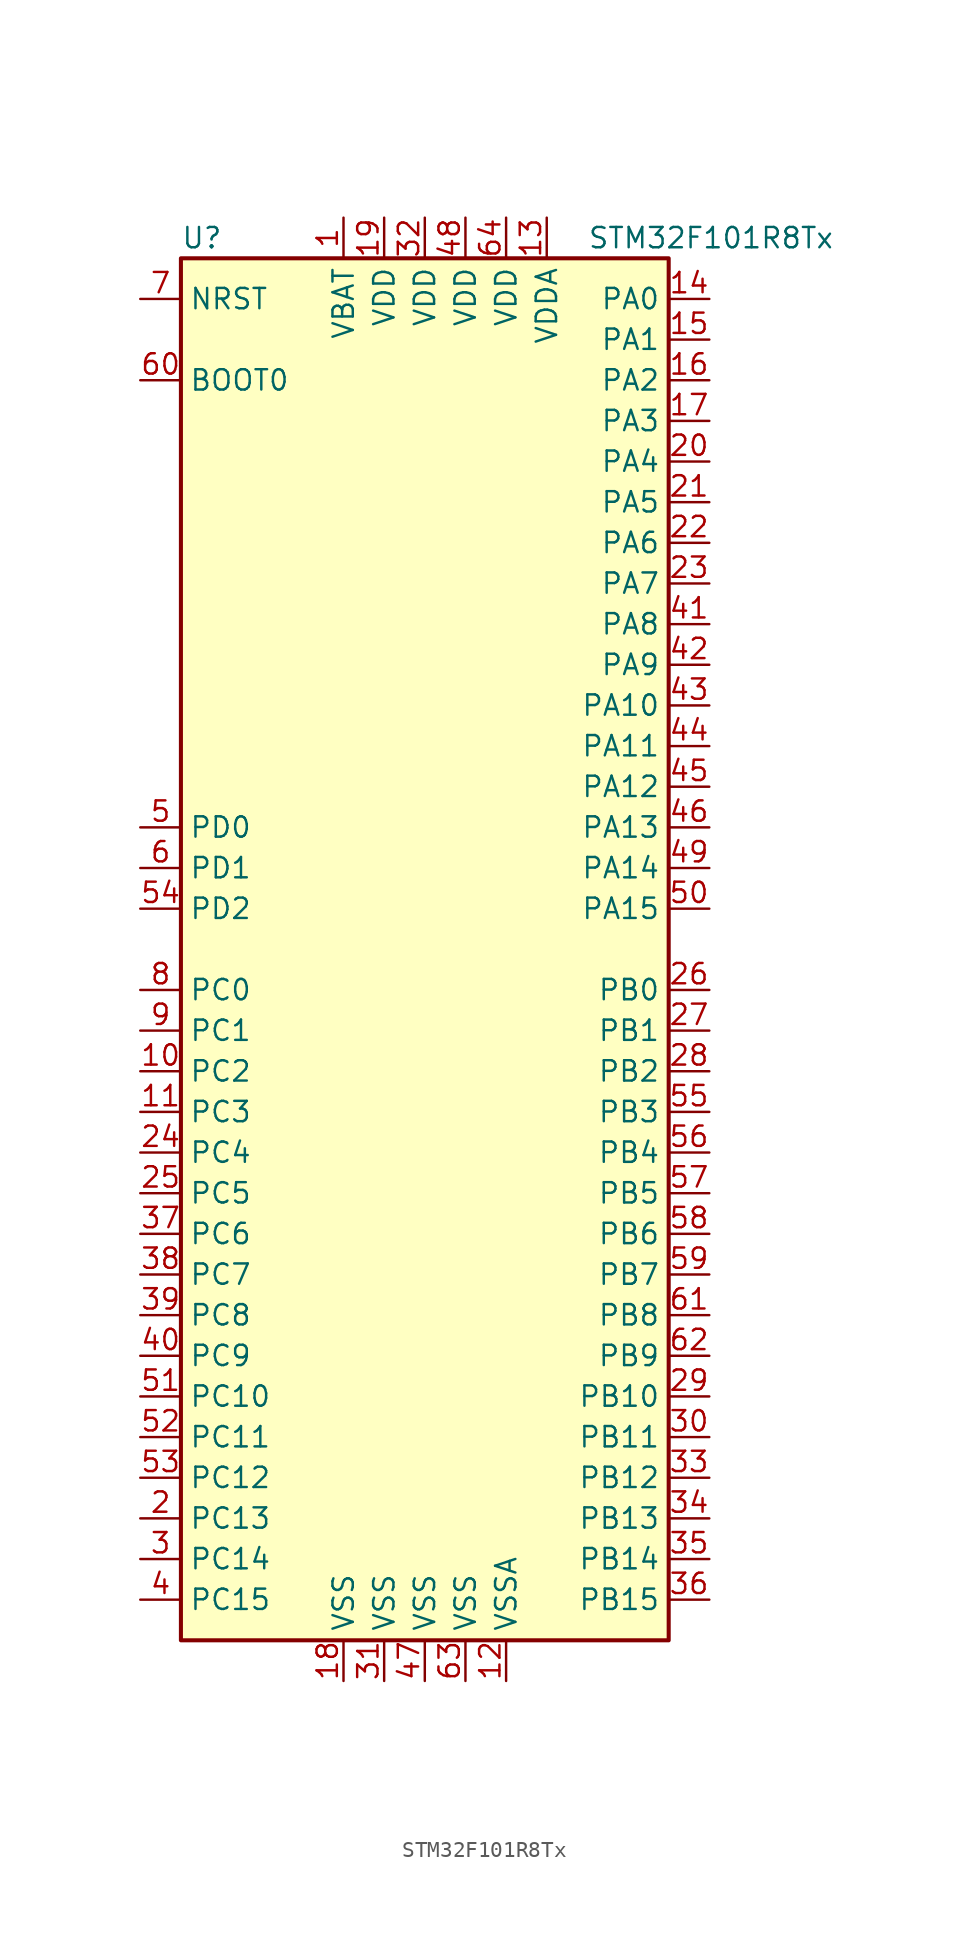
<source format=kicad_sym>
(kicad_symbol_lib
  (version 20201005)
  (generator kicad_symbol_editor)
  (symbol "MCU_ST_STM32F1:STM32F101R8Tx"
    (property "Reference" "U"
      (at -15.24 44.45 0)
      (effects (font (size 1.27 1.27)) (justify left)))
    (property "Value" "STM32F101R8Tx"
      (at 10.16 44.45 0)
      (effects (font (size 1.27 1.27)) (justify left)))
    (symbol "STM32F101R8Tx_0_1"
      (rectangle (start -15.24 -43.18) (end 15.24 43.18) (stroke (width 0.254)) (fill (type background))))
    (symbol "STM32F101R8Tx_1_1"
      (pin input line (at -17.78 35.56 0) (length 2.54) (name "BOOT0" (effects (font (size 1.27 1.27)))) (number "60" (effects (font (size 1.27 1.27)))))
      (pin input line (at -17.78 40.64 0) (length 2.54) (name "NRST" (effects (font (size 1.27 1.27)))) (number "7" (effects (font (size 1.27 1.27)))))
      (pin bidirectional line (at 17.78 40.64 180) (length 2.54) (name "PA0" (effects (font (size 1.27 1.27)))) (number "14" (effects (font (size 1.27 1.27)))))
      (pin bidirectional line (at 17.78 38.1 180) (length 2.54) (name "PA1" (effects (font (size 1.27 1.27)))) (number "15" (effects (font (size 1.27 1.27)))))
      (pin bidirectional line (at 17.78 15.24 180) (length 2.54) (name "PA10" (effects (font (size 1.27 1.27)))) (number "43" (effects (font (size 1.27 1.27)))))
      (pin bidirectional line (at 17.78 12.7 180) (length 2.54) (name "PA11" (effects (font (size 1.27 1.27)))) (number "44" (effects (font (size 1.27 1.27)))))
      (pin bidirectional line (at 17.78 10.16 180) (length 2.54) (name "PA12" (effects (font (size 1.27 1.27)))) (number "45" (effects (font (size 1.27 1.27)))))
      (pin bidirectional line (at 17.78 7.62 180) (length 2.54) (name "PA13" (effects (font (size 1.27 1.27)))) (number "46" (effects (font (size 1.27 1.27)))))
      (pin bidirectional line (at 17.78 5.08 180) (length 2.54) (name "PA14" (effects (font (size 1.27 1.27)))) (number "49" (effects (font (size 1.27 1.27)))))
      (pin bidirectional line (at 17.78 2.54 180) (length 2.54) (name "PA15" (effects (font (size 1.27 1.27)))) (number "50" (effects (font (size 1.27 1.27)))))
      (pin bidirectional line (at 17.78 35.56 180) (length 2.54) (name "PA2" (effects (font (size 1.27 1.27)))) (number "16" (effects (font (size 1.27 1.27)))))
      (pin bidirectional line (at 17.78 33.02 180) (length 2.54) (name "PA3" (effects (font (size 1.27 1.27)))) (number "17" (effects (font (size 1.27 1.27)))))
      (pin bidirectional line (at 17.78 30.48 180) (length 2.54) (name "PA4" (effects (font (size 1.27 1.27)))) (number "20" (effects (font (size 1.27 1.27)))))
      (pin bidirectional line (at 17.78 27.94 180) (length 2.54) (name "PA5" (effects (font (size 1.27 1.27)))) (number "21" (effects (font (size 1.27 1.27)))))
      (pin bidirectional line (at 17.78 25.4 180) (length 2.54) (name "PA6" (effects (font (size 1.27 1.27)))) (number "22" (effects (font (size 1.27 1.27)))))
      (pin bidirectional line (at 17.78 22.86 180) (length 2.54) (name "PA7" (effects (font (size 1.27 1.27)))) (number "23" (effects (font (size 1.27 1.27)))))
      (pin bidirectional line (at 17.78 20.32 180) (length 2.54) (name "PA8" (effects (font (size 1.27 1.27)))) (number "41" (effects (font (size 1.27 1.27)))))
      (pin bidirectional line (at 17.78 17.78 180) (length 2.54) (name "PA9" (effects (font (size 1.27 1.27)))) (number "42" (effects (font (size 1.27 1.27)))))
      (pin bidirectional line (at 17.78 -2.54 180) (length 2.54) (name "PB0" (effects (font (size 1.27 1.27)))) (number "26" (effects (font (size 1.27 1.27)))))
      (pin bidirectional line (at 17.78 -5.08 180) (length 2.54) (name "PB1" (effects (font (size 1.27 1.27)))) (number "27" (effects (font (size 1.27 1.27)))))
      (pin bidirectional line (at 17.78 -27.94 180) (length 2.54) (name "PB10" (effects (font (size 1.27 1.27)))) (number "29" (effects (font (size 1.27 1.27)))))
      (pin bidirectional line (at 17.78 -30.48 180) (length 2.54) (name "PB11" (effects (font (size 1.27 1.27)))) (number "30" (effects (font (size 1.27 1.27)))))
      (pin bidirectional line (at 17.78 -33.02 180) (length 2.54) (name "PB12" (effects (font (size 1.27 1.27)))) (number "33" (effects (font (size 1.27 1.27)))))
      (pin bidirectional line (at 17.78 -35.56 180) (length 2.54) (name "PB13" (effects (font (size 1.27 1.27)))) (number "34" (effects (font (size 1.27 1.27)))))
      (pin bidirectional line (at 17.78 -38.1 180) (length 2.54) (name "PB14" (effects (font (size 1.27 1.27)))) (number "35" (effects (font (size 1.27 1.27)))))
      (pin bidirectional line (at 17.78 -40.64 180) (length 2.54) (name "PB15" (effects (font (size 1.27 1.27)))) (number "36" (effects (font (size 1.27 1.27)))))
      (pin bidirectional line (at 17.78 -7.62 180) (length 2.54) (name "PB2" (effects (font (size 1.27 1.27)))) (number "28" (effects (font (size 1.27 1.27)))))
      (pin bidirectional line (at 17.78 -10.16 180) (length 2.54) (name "PB3" (effects (font (size 1.27 1.27)))) (number "55" (effects (font (size 1.27 1.27)))))
      (pin bidirectional line (at 17.78 -12.7 180) (length 2.54) (name "PB4" (effects (font (size 1.27 1.27)))) (number "56" (effects (font (size 1.27 1.27)))))
      (pin bidirectional line (at 17.78 -15.24 180) (length 2.54) (name "PB5" (effects (font (size 1.27 1.27)))) (number "57" (effects (font (size 1.27 1.27)))))
      (pin bidirectional line (at 17.78 -17.78 180) (length 2.54) (name "PB6" (effects (font (size 1.27 1.27)))) (number "58" (effects (font (size 1.27 1.27)))))
      (pin bidirectional line (at 17.78 -20.32 180) (length 2.54) (name "PB7" (effects (font (size 1.27 1.27)))) (number "59" (effects (font (size 1.27 1.27)))))
      (pin bidirectional line (at 17.78 -22.86 180) (length 2.54) (name "PB8" (effects (font (size 1.27 1.27)))) (number "61" (effects (font (size 1.27 1.27)))))
      (pin bidirectional line (at 17.78 -25.4 180) (length 2.54) (name "PB9" (effects (font (size 1.27 1.27)))) (number "62" (effects (font (size 1.27 1.27)))))
      (pin bidirectional line (at -17.78 -2.54 0) (length 2.54) (name "PC0" (effects (font (size 1.27 1.27)))) (number "8" (effects (font (size 1.27 1.27)))))
      (pin bidirectional line (at -17.78 -5.08 0) (length 2.54) (name "PC1" (effects (font (size 1.27 1.27)))) (number "9" (effects (font (size 1.27 1.27)))))
      (pin bidirectional line (at -17.78 -27.94 0) (length 2.54) (name "PC10" (effects (font (size 1.27 1.27)))) (number "51" (effects (font (size 1.27 1.27)))))
      (pin bidirectional line (at -17.78 -30.48 0) (length 2.54) (name "PC11" (effects (font (size 1.27 1.27)))) (number "52" (effects (font (size 1.27 1.27)))))
      (pin bidirectional line (at -17.78 -33.02 0) (length 2.54) (name "PC12" (effects (font (size 1.27 1.27)))) (number "53" (effects (font (size 1.27 1.27)))))
      (pin bidirectional line (at -17.78 -35.56 0) (length 2.54) (name "PC13" (effects (font (size 1.27 1.27)))) (number "2" (effects (font (size 1.27 1.27)))))
      (pin bidirectional line (at -17.78 -38.1 0) (length 2.54) (name "PC14" (effects (font (size 1.27 1.27)))) (number "3" (effects (font (size 1.27 1.27)))))
      (pin bidirectional line (at -17.78 -40.64 0) (length 2.54) (name "PC15" (effects (font (size 1.27 1.27)))) (number "4" (effects (font (size 1.27 1.27)))))
      (pin bidirectional line (at -17.78 -7.62 0) (length 2.54) (name "PC2" (effects (font (size 1.27 1.27)))) (number "10" (effects (font (size 1.27 1.27)))))
      (pin bidirectional line (at -17.78 -10.16 0) (length 2.54) (name "PC3" (effects (font (size 1.27 1.27)))) (number "11" (effects (font (size 1.27 1.27)))))
      (pin bidirectional line (at -17.78 -12.7 0) (length 2.54) (name "PC4" (effects (font (size 1.27 1.27)))) (number "24" (effects (font (size 1.27 1.27)))))
      (pin bidirectional line (at -17.78 -15.24 0) (length 2.54) (name "PC5" (effects (font (size 1.27 1.27)))) (number "25" (effects (font (size 1.27 1.27)))))
      (pin bidirectional line (at -17.78 -17.78 0) (length 2.54) (name "PC6" (effects (font (size 1.27 1.27)))) (number "37" (effects (font (size 1.27 1.27)))))
      (pin bidirectional line (at -17.78 -20.32 0) (length 2.54) (name "PC7" (effects (font (size 1.27 1.27)))) (number "38" (effects (font (size 1.27 1.27)))))
      (pin bidirectional line (at -17.78 -22.86 0) (length 2.54) (name "PC8" (effects (font (size 1.27 1.27)))) (number "39" (effects (font (size 1.27 1.27)))))
      (pin bidirectional line (at -17.78 -25.4 0) (length 2.54) (name "PC9" (effects (font (size 1.27 1.27)))) (number "40" (effects (font (size 1.27 1.27)))))
      (pin input line (at -17.78 7.62 0) (length 2.54) (name "PD0" (effects (font (size 1.27 1.27)))) (number "5" (effects (font (size 1.27 1.27)))))
      (pin input line (at -17.78 5.08 0) (length 2.54) (name "PD1" (effects (font (size 1.27 1.27)))) (number "6" (effects (font (size 1.27 1.27)))))
      (pin bidirectional line (at -17.78 2.54 0) (length 2.54) (name "PD2" (effects (font (size 1.27 1.27)))) (number "54" (effects (font (size 1.27 1.27)))))
      (pin power_in line (at -5.08 45.72 270) (length 2.54) (name "VBAT" (effects (font (size 1.27 1.27)))) (number "1" (effects (font (size 1.27 1.27)))))
      (pin power_in line (at -2.54 45.72 270) (length 2.54) (name "VDD" (effects (font (size 1.27 1.27)))) (number "19" (effects (font (size 1.27 1.27)))))
      (pin power_in line (at 0 45.72 270) (length 2.54) (name "VDD" (effects (font (size 1.27 1.27)))) (number "32" (effects (font (size 1.27 1.27)))))
      (pin power_in line (at 2.54 45.72 270) (length 2.54) (name "VDD" (effects (font (size 1.27 1.27)))) (number "48" (effects (font (size 1.27 1.27)))))
      (pin power_in line (at 5.08 45.72 270) (length 2.54) (name "VDD" (effects (font (size 1.27 1.27)))) (number "64" (effects (font (size 1.27 1.27)))))
      (pin power_in line (at 7.62 45.72 270) (length 2.54) (name "VDDA" (effects (font (size 1.27 1.27)))) (number "13" (effects (font (size 1.27 1.27)))))
      (pin power_in line (at -5.08 -45.72 90) (length 2.54) (name "VSS" (effects (font (size 1.27 1.27)))) (number "18" (effects (font (size 1.27 1.27)))))
      (pin power_in line (at -2.54 -45.72 90) (length 2.54) (name "VSS" (effects (font (size 1.27 1.27)))) (number "31" (effects (font (size 1.27 1.27)))))
      (pin power_in line (at 0 -45.72 90) (length 2.54) (name "VSS" (effects (font (size 1.27 1.27)))) (number "47" (effects (font (size 1.27 1.27)))))
      (pin power_in line (at 2.54 -45.72 90) (length 2.54) (name "VSS" (effects (font (size 1.27 1.27)))) (number "63" (effects (font (size 1.27 1.27)))))
      (pin power_in line (at 5.08 -45.72 90) (length 2.54) (name "VSSA" (effects (font (size 1.27 1.27)))) (number "12" (effects (font (size 1.27 1.27))))))))
</source>
